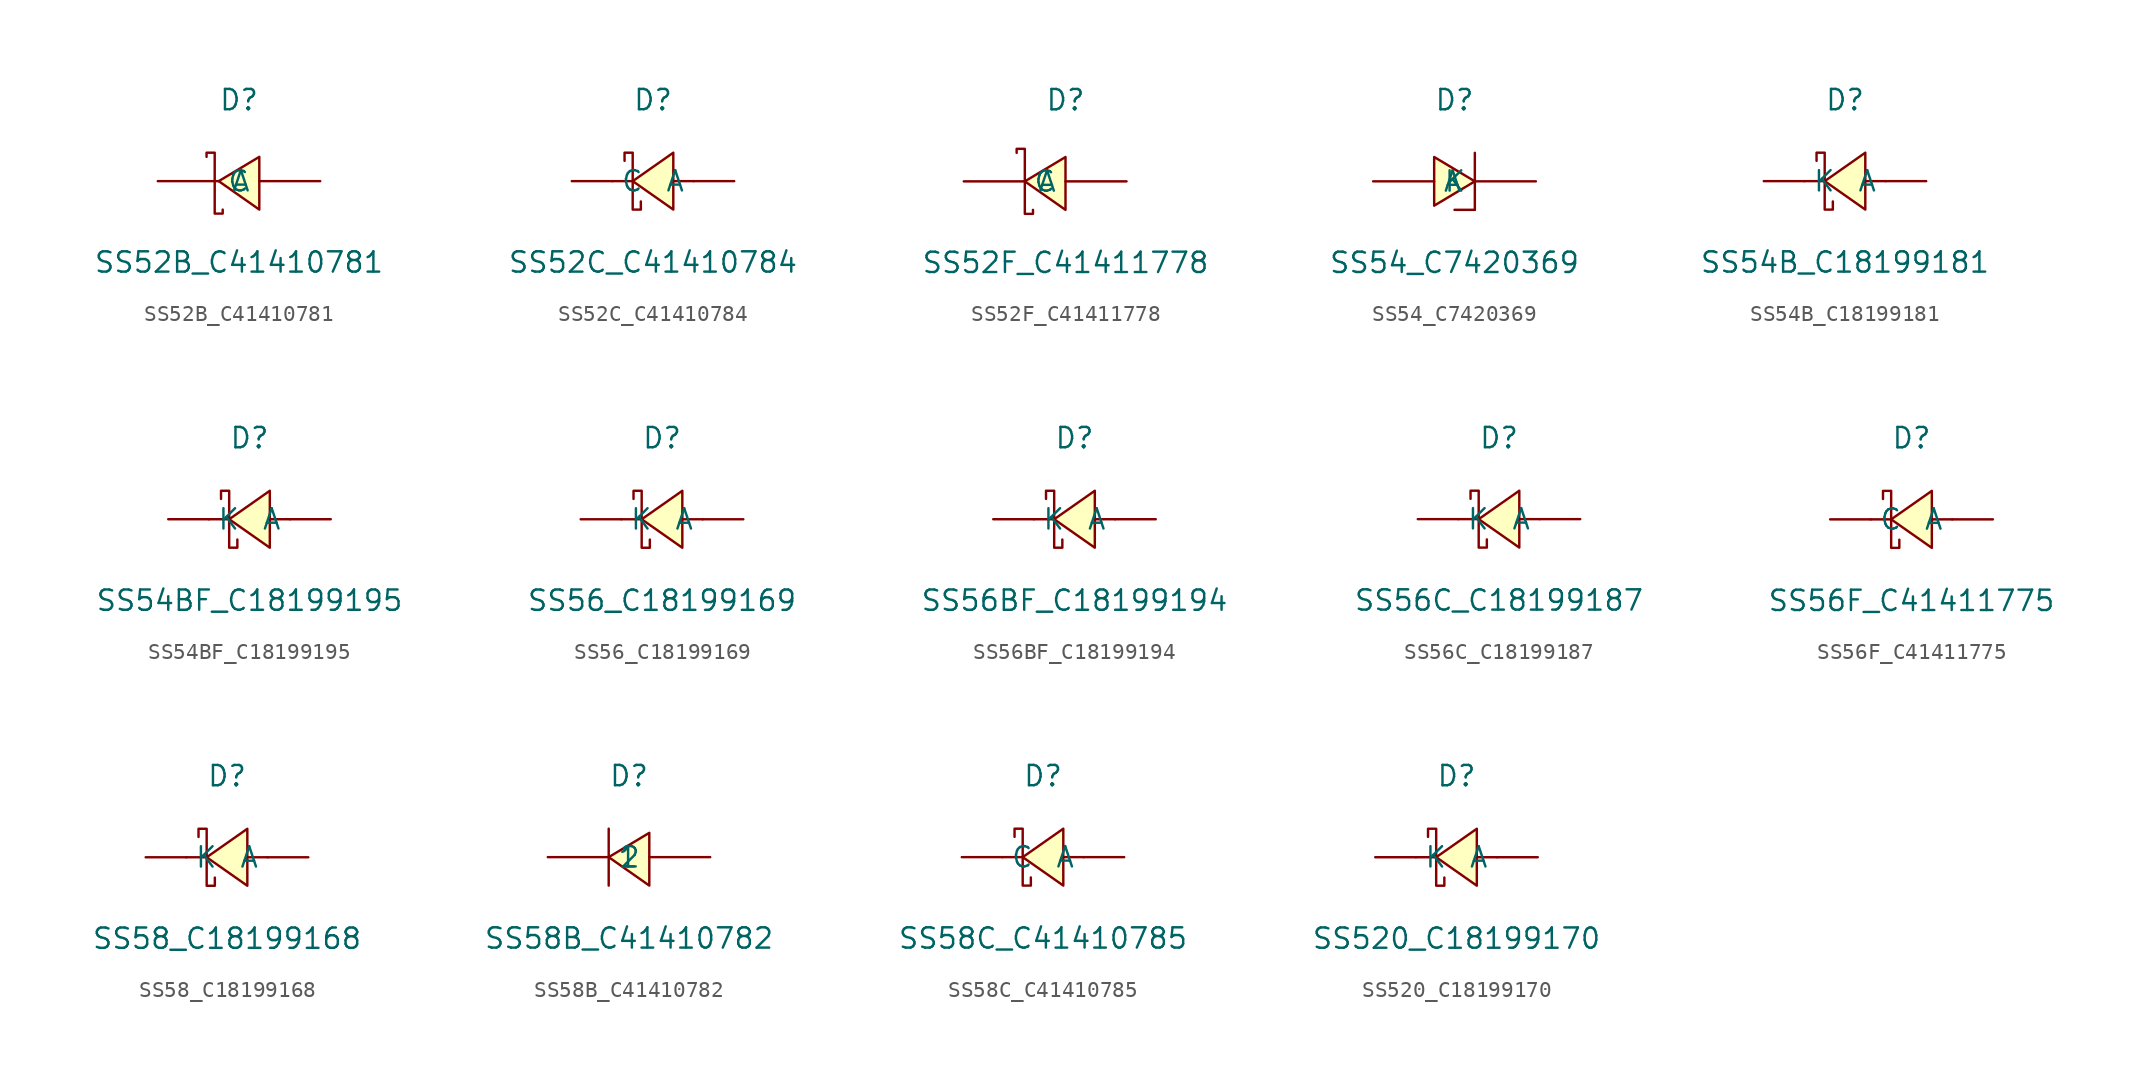
<source format=kicad_sym>
(kicad_symbol_lib
  (version 20241209)
  (generator "kicad_symbol_editor")
  (generator_version "9.0")
  (symbol "SS52B_C41410781"
    (pin_numbers
      (hide yes))
    (property "Reference" "D"
      (at 0 5.08 0)
      (effects (font (size 1.27 1.27))))
    (property "Value" "SS52B_C41410781"
      (at 0 -5.08 0)
      (effects (font (size 1.27 1.27))))
    (symbol "SS52B_C41410781_0_1"
      (polyline (pts (xy -2.03 1.52) (xy -2.03 1.78) (xy -1.52 1.78) (xy -1.52 -2.03) (xy -1.02 -2.03) (xy -1.02 -1.78)) (stroke (width 0) (type default)) (fill (type none)))
      (polyline (pts (xy 1.27 1.52) (xy -1.27 0) (xy 1.27 -1.78) (xy 1.27 1.52)) (stroke (width 0) (type default)) (fill (type background)))
      (pin unspecified line (at -5.08 0 0) (length 3.81) (name "C" (effects (font (size 1.27 1.27)))) (number "1" (effects (font (size 1.27 1.27)))))
      (pin unspecified line (at 5.08 0 180) (length 3.81) (name "A" (effects (font (size 1.27 1.27)))) (number "2" (effects (font (size 1.27 1.27)))))))
  (symbol "SS52C_C41410784"
    (pin_numbers
      (hide yes))
    (property "Reference" "D"
      (at 0 5.08 0)
      (effects (font (size 1.27 1.27))))
    (property "Value" "SS52C_C41410784"
      (at 0 -5.08 0)
      (effects (font (size 1.27 1.27))))
    (symbol "SS52C_C41410784_0_1"
      (polyline (pts (xy -1.78 1.27) (xy -1.78 1.78) (xy -1.27 1.78) (xy -1.27 -1.78) (xy -0.76 -1.78) (xy -0.76 -1.27)) (stroke (width 0) (type default)) (fill (type none)))
      (polyline (pts (xy -1.27 0) (xy -2.54 0)) (stroke (width 0) (type default)) (fill (type none)))
      (polyline (pts (xy 1.27 1.78) (xy -1.27 0) (xy 1.27 -1.78) (xy 1.27 1.78)) (stroke (width 0) (type default)) (fill (type background)))
      (polyline (pts (xy 2.54 0) (xy 1.27 0)) (stroke (width 0) (type default)) (fill (type none)))
      (pin unspecified line (at -5.08 0 0) (length 2.54) (name "C" (effects (font (size 1.27 1.27)))) (number "1" (effects (font (size 1.27 1.27)))))
      (pin unspecified line (at 5.08 0 180) (length 2.54) (name "A" (effects (font (size 1.27 1.27)))) (number "2" (effects (font (size 1.27 1.27)))))))
  (symbol "SS52F_C41411778"
    (pin_numbers
      (hide yes))
    (property "Reference" "D"
      (at 0 6.35 0)
      (effects (font (size 1.27 1.27))))
    (property "Value" "SS52F_C41411778"
      (at 0 -3.81 0)
      (effects (font (size 1.27 1.27))))
    (symbol "SS52F_C41411778_0_1"
      (polyline (pts (xy -3.05 3.05) (xy -3.05 3.3) (xy -2.54 3.3) (xy -2.54 -0.76) (xy -2.03 -0.76) (xy -2.03 -0.51)) (stroke (width 0) (type default)) (fill (type none)))
      (polyline (pts (xy 0 2.79) (xy -2.54 1.27) (xy 0 -0.51) (xy 0 2.79)) (stroke (width 0) (type default)) (fill (type background)))
      (pin unspecified line (at -6.35 1.27 0) (length 3.81) (name "C" (effects (font (size 1.27 1.27)))) (number "1" (effects (font (size 1.27 1.27)))))
      (pin unspecified line (at 3.81 1.27 180) (length 3.81) (name "A" (effects (font (size 1.27 1.27)))) (number "2" (effects (font (size 1.27 1.27)))))))
  (symbol "SS54_C7420369"
    (pin_numbers
      (hide yes))
    (property "Reference" "D"
      (at 0 5.08 0)
      (effects (font (size 1.27 1.27))))
    (property "Value" "SS54_C7420369"
      (at 0 -5.08 0)
      (effects (font (size 1.27 1.27))))
    (symbol "SS54_C7420369_0_1"
      (polyline (pts (xy -1.27 1.52) (xy -1.27 -1.52) (xy 1.27 0) (xy -1.27 1.52)) (stroke (width 0) (type default)) (fill (type background)))
      (polyline (pts (xy 1.27 -1.78) (xy 0 -1.78)) (stroke (width 0) (type default)) (fill (type none)))
      (polyline (pts (xy 1.27 -1.78) (xy 1.27 1.78)) (stroke (width 0) (type default)) (fill (type none)))
      (pin unspecified line (at -5.08 0 0) (length 3.81) (name "A" (effects (font (size 1.27 1.27)))) (number "1" (effects (font (size 1.27 1.27)))))
      (pin unspecified line (at 5.08 0 180) (length 3.81) (name "K" (effects (font (size 1.27 1.27)))) (number "2" (effects (font (size 1.27 1.27)))))))
  (symbol "SS54B_C18199181"
    (pin_numbers
      (hide yes))
    (property "Reference" "D"
      (at 0 5.08 0)
      (effects (font (size 1.27 1.27))))
    (property "Value" "SS54B_C18199181"
      (at 0 -5.08 0)
      (effects (font (size 1.27 1.27))))
    (symbol "SS54B_C18199181_0_1"
      (polyline (pts (xy -1.78 1.27) (xy -1.78 1.78) (xy -1.27 1.78) (xy -1.27 -1.78) (xy -0.76 -1.78) (xy -0.76 -1.27)) (stroke (width 0) (type default)) (fill (type none)))
      (polyline (pts (xy -1.27 0) (xy -2.54 0)) (stroke (width 0) (type default)) (fill (type none)))
      (polyline (pts (xy 1.27 1.78) (xy -1.27 0) (xy 1.27 -1.78) (xy 1.27 1.78)) (stroke (width 0) (type default)) (fill (type background)))
      (polyline (pts (xy 2.54 0) (xy 1.27 0)) (stroke (width 0) (type default)) (fill (type none)))
      (pin unspecified line (at -5.08 0 0) (length 2.54) (name "K" (effects (font (size 1.27 1.27)))) (number "1" (effects (font (size 1.27 1.27)))))
      (pin unspecified line (at 5.08 0 180) (length 2.54) (name "A" (effects (font (size 1.27 1.27)))) (number "2" (effects (font (size 1.27 1.27)))))))
  (symbol "SS54BF_C18199195"
    (pin_numbers
      (hide yes))
    (property "Reference" "D"
      (at 0 5.08 0)
      (effects (font (size 1.27 1.27))))
    (property "Value" "SS54BF_C18199195"
      (at 0 -5.08 0)
      (effects (font (size 1.27 1.27))))
    (symbol "SS54BF_C18199195_0_1"
      (polyline (pts (xy -1.78 1.27) (xy -1.78 1.78) (xy -1.27 1.78) (xy -1.27 -1.78) (xy -0.76 -1.78) (xy -0.76 -1.27)) (stroke (width 0) (type default)) (fill (type none)))
      (polyline (pts (xy -1.27 0) (xy -2.54 0)) (stroke (width 0) (type default)) (fill (type none)))
      (polyline (pts (xy 1.27 1.78) (xy -1.27 0) (xy 1.27 -1.78) (xy 1.27 1.78)) (stroke (width 0) (type default)) (fill (type background)))
      (polyline (pts (xy 2.54 0) (xy 1.27 0)) (stroke (width 0) (type default)) (fill (type none)))
      (pin unspecified line (at -5.08 0 0) (length 2.54) (name "K" (effects (font (size 1.27 1.27)))) (number "1" (effects (font (size 1.27 1.27)))))
      (pin unspecified line (at 5.08 0 180) (length 2.54) (name "A" (effects (font (size 1.27 1.27)))) (number "2" (effects (font (size 1.27 1.27)))))))
  (symbol "SS56_C18199169"
    (pin_numbers
      (hide yes))
    (property "Reference" "D"
      (at 0 5.08 0)
      (effects (font (size 1.27 1.27))))
    (property "Value" "SS56_C18199169"
      (at 0 -5.08 0)
      (effects (font (size 1.27 1.27))))
    (symbol "SS56_C18199169_0_1"
      (polyline (pts (xy -1.78 1.27) (xy -1.78 1.78) (xy -1.27 1.78) (xy -1.27 -1.78) (xy -0.76 -1.78) (xy -0.76 -1.27)) (stroke (width 0) (type default)) (fill (type none)))
      (polyline (pts (xy -1.27 0) (xy -2.54 0)) (stroke (width 0) (type default)) (fill (type none)))
      (polyline (pts (xy 1.27 1.78) (xy -1.27 0) (xy 1.27 -1.78) (xy 1.27 1.78)) (stroke (width 0) (type default)) (fill (type background)))
      (polyline (pts (xy 2.54 0) (xy 1.27 0)) (stroke (width 0) (type default)) (fill (type none)))
      (pin unspecified line (at -5.08 0 0) (length 2.54) (name "K" (effects (font (size 1.27 1.27)))) (number "1" (effects (font (size 1.27 1.27)))))
      (pin unspecified line (at 5.08 0 180) (length 2.54) (name "A" (effects (font (size 1.27 1.27)))) (number "2" (effects (font (size 1.27 1.27)))))))
  (symbol "SS56BF_C18199194"
    (pin_numbers
      (hide yes))
    (property "Reference" "D"
      (at 0 5.08 0)
      (effects (font (size 1.27 1.27))))
    (property "Value" "SS56BF_C18199194"
      (at 0 -5.08 0)
      (effects (font (size 1.27 1.27))))
    (symbol "SS56BF_C18199194_0_1"
      (polyline (pts (xy -1.78 1.27) (xy -1.78 1.78) (xy -1.27 1.78) (xy -1.27 -1.78) (xy -0.76 -1.78) (xy -0.76 -1.27)) (stroke (width 0) (type default)) (fill (type none)))
      (polyline (pts (xy -1.27 0) (xy -2.54 0)) (stroke (width 0) (type default)) (fill (type none)))
      (polyline (pts (xy 1.27 1.78) (xy -1.27 0) (xy 1.27 -1.78) (xy 1.27 1.78)) (stroke (width 0) (type default)) (fill (type background)))
      (polyline (pts (xy 2.54 0) (xy 1.27 0)) (stroke (width 0) (type default)) (fill (type none)))
      (pin unspecified line (at -5.08 0 0) (length 2.54) (name "K" (effects (font (size 1.27 1.27)))) (number "1" (effects (font (size 1.27 1.27)))))
      (pin unspecified line (at 5.08 0 180) (length 2.54) (name "A" (effects (font (size 1.27 1.27)))) (number "2" (effects (font (size 1.27 1.27)))))))
  (symbol "SS56C_C18199187"
    (pin_numbers
      (hide yes))
    (property "Reference" "D"
      (at 0 5.08 0)
      (effects (font (size 1.27 1.27))))
    (property "Value" "SS56C_C18199187"
      (at 0 -5.08 0)
      (effects (font (size 1.27 1.27))))
    (symbol "SS56C_C18199187_0_1"
      (polyline (pts (xy -1.78 1.27) (xy -1.78 1.78) (xy -1.27 1.78) (xy -1.27 -1.78) (xy -0.76 -1.78) (xy -0.76 -1.27)) (stroke (width 0) (type default)) (fill (type none)))
      (polyline (pts (xy -1.27 0) (xy -2.54 0)) (stroke (width 0) (type default)) (fill (type none)))
      (polyline (pts (xy 1.27 1.78) (xy -1.27 0) (xy 1.27 -1.78) (xy 1.27 1.78)) (stroke (width 0) (type default)) (fill (type background)))
      (polyline (pts (xy 2.54 0) (xy 1.27 0)) (stroke (width 0) (type default)) (fill (type none)))
      (pin unspecified line (at -5.08 0 0) (length 2.54) (name "K" (effects (font (size 1.27 1.27)))) (number "1" (effects (font (size 1.27 1.27)))))
      (pin unspecified line (at 5.08 0 180) (length 2.54) (name "A" (effects (font (size 1.27 1.27)))) (number "2" (effects (font (size 1.27 1.27)))))))
  (symbol "SS56F_C41411775"
    (pin_numbers
      (hide yes))
    (property "Reference" "D"
      (at 0 5.08 0)
      (effects (font (size 1.27 1.27))))
    (property "Value" "SS56F_C41411775"
      (at 0 -5.08 0)
      (effects (font (size 1.27 1.27))))
    (symbol "SS56F_C41411775_0_1"
      (polyline (pts (xy -1.78 1.27) (xy -1.78 1.78) (xy -1.27 1.78) (xy -1.27 -1.78) (xy -0.76 -1.78) (xy -0.76 -1.27)) (stroke (width 0) (type default)) (fill (type none)))
      (polyline (pts (xy -1.27 0) (xy -2.54 0)) (stroke (width 0) (type default)) (fill (type none)))
      (polyline (pts (xy 1.27 1.78) (xy -1.27 0) (xy 1.27 -1.78) (xy 1.27 1.78)) (stroke (width 0) (type default)) (fill (type background)))
      (polyline (pts (xy 2.54 0) (xy 1.27 0)) (stroke (width 0) (type default)) (fill (type none)))
      (pin unspecified line (at -5.08 0 0) (length 2.54) (name "C" (effects (font (size 1.27 1.27)))) (number "1" (effects (font (size 1.27 1.27)))))
      (pin unspecified line (at 5.08 0 180) (length 2.54) (name "A" (effects (font (size 1.27 1.27)))) (number "2" (effects (font (size 1.27 1.27)))))))
  (symbol "SS58_C18199168"
    (pin_numbers
      (hide yes))
    (property "Reference" "D"
      (at 0 5.08 0)
      (effects (font (size 1.27 1.27))))
    (property "Value" "SS58_C18199168"
      (at 0 -5.08 0)
      (effects (font (size 1.27 1.27))))
    (symbol "SS58_C18199168_0_1"
      (polyline (pts (xy -1.78 1.27) (xy -1.78 1.78) (xy -1.27 1.78) (xy -1.27 -1.78) (xy -0.76 -1.78) (xy -0.76 -1.27)) (stroke (width 0) (type default)) (fill (type none)))
      (polyline (pts (xy -1.27 0) (xy -2.54 0)) (stroke (width 0) (type default)) (fill (type none)))
      (polyline (pts (xy 1.27 1.78) (xy -1.27 0) (xy 1.27 -1.78) (xy 1.27 1.78)) (stroke (width 0) (type default)) (fill (type background)))
      (polyline (pts (xy 2.54 0) (xy 1.27 0)) (stroke (width 0) (type default)) (fill (type none)))
      (pin unspecified line (at -5.08 0 0) (length 2.54) (name "K" (effects (font (size 1.27 1.27)))) (number "1" (effects (font (size 1.27 1.27)))))
      (pin unspecified line (at 5.08 0 180) (length 2.54) (name "A" (effects (font (size 1.27 1.27)))) (number "2" (effects (font (size 1.27 1.27)))))))
  (symbol "SS58B_C41410782"
    (pin_numbers
      (hide yes))
    (property "Reference" "D"
      (at 0 5.08 0)
      (effects (font (size 1.27 1.27))))
    (property "Value" "SS58B_C41410782"
      (at 0 -5.08 0)
      (effects (font (size 1.27 1.27))))
    (symbol "SS58B_C41410782_0_1"
      (polyline (pts (xy -1.27 1.78) (xy -1.27 -1.78)) (stroke (width 0) (type default)) (fill (type none)))
      (polyline (pts (xy 1.27 1.52) (xy -1.27 0) (xy 1.27 -1.78) (xy 1.27 1.52)) (stroke (width 0) (type default)) (fill (type background)))
      (pin unspecified line (at -5.08 0 0) (length 3.81) (name "1" (effects (font (size 1.27 1.27)))) (number "1" (effects (font (size 1.27 1.27)))))
      (pin unspecified line (at 5.08 0 180) (length 3.81) (name "2" (effects (font (size 1.27 1.27)))) (number "2" (effects (font (size 1.27 1.27)))))))
  (symbol "SS58C_C41410785"
    (pin_numbers
      (hide yes))
    (property "Reference" "D"
      (at 0 5.08 0)
      (effects (font (size 1.27 1.27))))
    (property "Value" "SS58C_C41410785"
      (at 0 -5.08 0)
      (effects (font (size 1.27 1.27))))
    (symbol "SS58C_C41410785_0_1"
      (polyline (pts (xy -1.78 1.27) (xy -1.78 1.78) (xy -1.27 1.78) (xy -1.27 -1.78) (xy -0.76 -1.78) (xy -0.76 -1.27)) (stroke (width 0) (type default)) (fill (type none)))
      (polyline (pts (xy -1.27 0) (xy -2.54 0)) (stroke (width 0) (type default)) (fill (type none)))
      (polyline (pts (xy 1.27 1.78) (xy -1.27 0) (xy 1.27 -1.78) (xy 1.27 1.78)) (stroke (width 0) (type default)) (fill (type background)))
      (polyline (pts (xy 2.54 0) (xy 1.27 0)) (stroke (width 0) (type default)) (fill (type none)))
      (pin unspecified line (at -5.08 0 0) (length 2.54) (name "C" (effects (font (size 1.27 1.27)))) (number "1" (effects (font (size 1.27 1.27)))))
      (pin unspecified line (at 5.08 0 180) (length 2.54) (name "A" (effects (font (size 1.27 1.27)))) (number "2" (effects (font (size 1.27 1.27)))))))
  (symbol "SS520_C18199170"
    (pin_numbers
      (hide yes))
    (property "Reference" "D"
      (at 0 5.08 0)
      (effects (font (size 1.27 1.27))))
    (property "Value" "SS520_C18199170"
      (at 0 -5.08 0)
      (effects (font (size 1.27 1.27))))
    (symbol "SS520_C18199170_0_1"
      (polyline (pts (xy -1.78 1.27) (xy -1.78 1.78) (xy -1.27 1.78) (xy -1.27 -1.78) (xy -0.76 -1.78) (xy -0.76 -1.27)) (stroke (width 0) (type default)) (fill (type none)))
      (polyline (pts (xy -1.27 0) (xy -2.54 0)) (stroke (width 0) (type default)) (fill (type none)))
      (polyline (pts (xy 1.27 1.78) (xy -1.27 0) (xy 1.27 -1.78) (xy 1.27 1.78)) (stroke (width 0) (type default)) (fill (type background)))
      (polyline (pts (xy 2.54 0) (xy 1.27 0)) (stroke (width 0) (type default)) (fill (type none)))
      (pin unspecified line (at -5.08 0 0) (length 2.54) (name "K" (effects (font (size 1.27 1.27)))) (number "1" (effects (font (size 1.27 1.27)))))
      (pin unspecified line (at 5.08 0 180) (length 2.54) (name "A" (effects (font (size 1.27 1.27)))) (number "2" (effects (font (size 1.27 1.27))))))))
</source>
